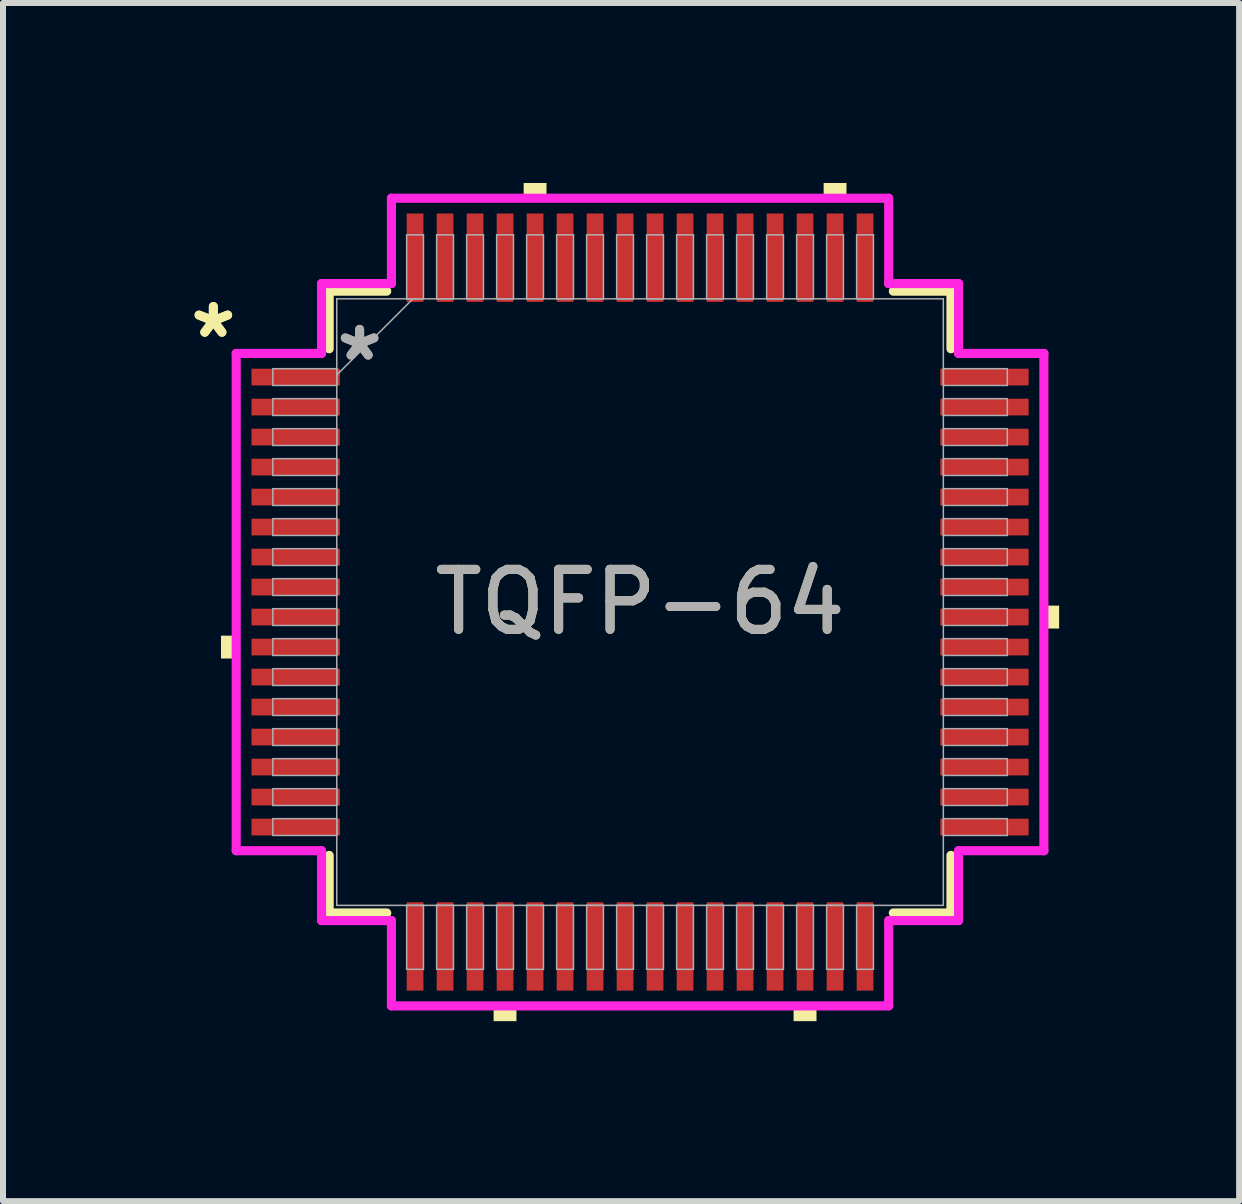
<source format=kicad_pcb>
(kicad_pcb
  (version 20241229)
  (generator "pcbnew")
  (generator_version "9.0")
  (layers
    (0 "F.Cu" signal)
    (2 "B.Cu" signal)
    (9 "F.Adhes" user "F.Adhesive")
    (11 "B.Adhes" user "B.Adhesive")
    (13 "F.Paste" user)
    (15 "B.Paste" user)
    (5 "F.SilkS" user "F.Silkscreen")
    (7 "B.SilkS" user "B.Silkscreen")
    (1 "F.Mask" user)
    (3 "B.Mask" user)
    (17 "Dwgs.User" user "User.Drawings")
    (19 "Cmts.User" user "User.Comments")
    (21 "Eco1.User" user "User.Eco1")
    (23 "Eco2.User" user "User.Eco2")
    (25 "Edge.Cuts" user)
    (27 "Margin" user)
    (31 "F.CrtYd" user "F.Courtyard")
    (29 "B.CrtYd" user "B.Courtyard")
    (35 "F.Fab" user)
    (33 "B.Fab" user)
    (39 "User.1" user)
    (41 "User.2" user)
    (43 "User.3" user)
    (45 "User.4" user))
  (footprint "TQFP-64"
    (layer "F.Cu")
    (at 7.618 6.985)
    (property "Reference" "TQFP-64" (at 0 0 0) (unlocked yes) (layer "F.SilkS") (effects (font (size 1 1) (thickness 0.15))))
    (attr smd)
    (fp_line (start -5.182 -5.182) (end -5.182 -4.222) (stroke (width 0.152) (type solid)) (layer "F.SilkS"))
    (fp_line (start -5.182 4.222) (end -5.182 5.182) (stroke (width 0.152) (type solid)) (layer "F.SilkS"))
    (fp_line (start -5.182 5.182) (end -4.222 5.182) (stroke (width 0.152) (type solid)) (layer "F.SilkS"))
    (fp_line (start -4.222 -5.182) (end -5.182 -5.182) (stroke (width 0.152) (type solid)) (layer "F.SilkS"))
    (fp_line (start 4.222 5.182) (end 5.182 5.182) (stroke (width 0.152) (type solid)) (layer "F.SilkS"))
    (fp_line (start 5.182 -5.182) (end 4.222 -5.182) (stroke (width 0.152) (type solid)) (layer "F.SilkS"))
    (fp_line (start 5.182 -4.222) (end 5.182 -5.182) (stroke (width 0.152) (type solid)) (layer "F.SilkS"))
    (fp_line (start 5.182 5.182) (end 5.182 4.222) (stroke (width 0.152) (type solid)) (layer "F.SilkS"))
    (fp_poly (pts (xy -6.985 0.56) (xy -6.985 0.941) (xy -6.731 0.941) (xy -6.731 0.56)) (stroke (width 0) (type solid)) (fill yes) (layer "F.SilkS"))
    (fp_poly (pts (xy -2.441 6.731) (xy -2.441 6.985) (xy -2.06 6.985) (xy -2.06 6.731)) (stroke (width 0) (type solid)) (fill yes) (layer "F.SilkS"))
    (fp_poly (pts (xy -1.94 -6.731) (xy -1.94 -6.985) (xy -1.559 -6.985) (xy -1.559 -6.731)) (stroke (width 0) (type solid)) (fill yes) (layer "F.SilkS"))
    (fp_poly (pts (xy 2.559 6.731) (xy 2.559 6.985) (xy 2.941 6.985) (xy 2.941 6.731)) (stroke (width 0) (type solid)) (fill yes) (layer "F.SilkS"))
    (fp_poly (pts (xy 3.06 -6.731) (xy 3.06 -6.985) (xy 3.441 -6.985) (xy 3.441 -6.731)) (stroke (width 0) (type solid)) (fill yes) (layer "F.SilkS"))
    (fp_poly (pts (xy 6.985 0.059) (xy 6.985 0.441) (xy 6.731 0.441) (xy 6.731 0.059)) (stroke (width 0) (type solid)) (fill yes) (layer "F.SilkS"))
    (fp_line (start -6.731 -4.144) (end -5.309 -4.144) (stroke (width 0.152) (type solid)) (layer "F.CrtYd"))
    (fp_line (start -6.731 4.144) (end -6.731 -4.144) (stroke (width 0.152) (type solid)) (layer "F.CrtYd"))
    (fp_line (start -5.309 -5.309) (end -4.144 -5.309) (stroke (width 0.152) (type solid)) (layer "F.CrtYd"))
    (fp_line (start -5.309 -4.144) (end -5.309 -5.309) (stroke (width 0.152) (type solid)) (layer "F.CrtYd"))
    (fp_line (start -5.309 4.144) (end -6.731 4.144) (stroke (width 0.152) (type solid)) (layer "F.CrtYd"))
    (fp_line (start -5.309 5.309) (end -5.309 4.144) (stroke (width 0.152) (type solid)) (layer "F.CrtYd"))
    (fp_line (start -5.309 5.309) (end -4.144 5.309) (stroke (width 0.152) (type solid)) (layer "F.CrtYd"))
    (fp_line (start -4.144 -6.731) (end 4.144 -6.731) (stroke (width 0.152) (type solid)) (layer "F.CrtYd"))
    (fp_line (start -4.144 -5.309) (end -4.144 -6.731) (stroke (width 0.152) (type solid)) (layer "F.CrtYd"))
    (fp_line (start -4.144 5.309) (end -4.144 6.731) (stroke (width 0.152) (type solid)) (layer "F.CrtYd"))
    (fp_line (start -4.144 6.731) (end 4.144 6.731) (stroke (width 0.152) (type solid)) (layer "F.CrtYd"))
    (fp_line (start 4.144 -6.731) (end 4.144 -5.309) (stroke (width 0.152) (type solid)) (layer "F.CrtYd"))
    (fp_line (start 4.144 -5.309) (end 5.309 -5.309) (stroke (width 0.152) (type solid)) (layer "F.CrtYd"))
    (fp_line (start 4.144 5.309) (end 5.309 5.309) (stroke (width 0.152) (type solid)) (layer "F.CrtYd"))
    (fp_line (start 4.144 6.731) (end 4.144 5.309) (stroke (width 0.152) (type solid)) (layer "F.CrtYd"))
    (fp_line (start 5.309 -4.144) (end 5.309 -5.309) (stroke (width 0.152) (type solid)) (layer "F.CrtYd"))
    (fp_line (start 5.309 4.144) (end 6.731 4.144) (stroke (width 0.152) (type solid)) (layer "F.CrtYd"))
    (fp_line (start 5.309 5.309) (end 5.309 4.144) (stroke (width 0.152) (type solid)) (layer "F.CrtYd"))
    (fp_line (start 6.731 -4.144) (end 5.309 -4.144) (stroke (width 0.152) (type solid)) (layer "F.CrtYd"))
    (fp_line (start 6.731 4.144) (end 6.731 -4.144) (stroke (width 0.152) (type solid)) (layer "F.CrtYd"))
    (fp_line (start -6.121 -3.89) (end -6.121 -3.61) (stroke (width 0.025) (type solid)) (layer "F.Fab"))
    (fp_line (start -6.121 -3.61) (end -5.055 -3.61) (stroke (width 0.025) (type solid)) (layer "F.Fab"))
    (fp_line (start -6.121 -3.39) (end -6.121 -3.11) (stroke (width 0.025) (type solid)) (layer "F.Fab"))
    (fp_line (start -6.121 -3.11) (end -5.055 -3.11) (stroke (width 0.025) (type solid)) (layer "F.Fab"))
    (fp_line (start -6.121 -2.89) (end -6.121 -2.61) (stroke (width 0.025) (type solid)) (layer "F.Fab"))
    (fp_line (start -6.121 -2.61) (end -5.055 -2.61) (stroke (width 0.025) (type solid)) (layer "F.Fab"))
    (fp_line (start -6.121 -2.39) (end -6.121 -2.11) (stroke (width 0.025) (type solid)) (layer "F.Fab"))
    (fp_line (start -6.121 -2.11) (end -5.055 -2.11) (stroke (width 0.025) (type solid)) (layer "F.Fab"))
    (fp_line (start -6.121 -1.89) (end -6.121 -1.61) (stroke (width 0.025) (type solid)) (layer "F.Fab"))
    (fp_line (start -6.121 -1.61) (end -5.055 -1.61) (stroke (width 0.025) (type solid)) (layer "F.Fab"))
    (fp_line (start -6.121 -1.39) (end -6.121 -1.11) (stroke (width 0.025) (type solid)) (layer "F.Fab"))
    (fp_line (start -6.121 -1.11) (end -5.055 -1.11) (stroke (width 0.025) (type solid)) (layer "F.Fab"))
    (fp_line (start -6.121 -0.89) (end -6.121 -0.61) (stroke (width 0.025) (type solid)) (layer "F.Fab"))
    (fp_line (start -6.121 -0.61) (end -5.055 -0.61) (stroke (width 0.025) (type solid)) (layer "F.Fab"))
    (fp_line (start -6.121 -0.39) (end -6.121 -0.11) (stroke (width 0.025) (type solid)) (layer "F.Fab"))
    (fp_line (start -6.121 -0.11) (end -5.055 -0.11) (stroke (width 0.025) (type solid)) (layer "F.Fab"))
    (fp_line (start -6.121 0.11) (end -6.121 0.39) (stroke (width 0.025) (type solid)) (layer "F.Fab"))
    (fp_line (start -6.121 0.39) (end -5.055 0.39) (stroke (width 0.025) (type solid)) (layer "F.Fab"))
    (fp_line (start -6.121 0.61) (end -6.121 0.89) (stroke (width 0.025) (type solid)) (layer "F.Fab"))
    (fp_line (start -6.121 0.89) (end -5.055 0.89) (stroke (width 0.025) (type solid)) (layer "F.Fab"))
    (fp_line (start -6.121 1.11) (end -6.121 1.39) (stroke (width 0.025) (type solid)) (layer "F.Fab"))
    (fp_line (start -6.121 1.39) (end -5.055 1.39) (stroke (width 0.025) (type solid)) (layer "F.Fab"))
    (fp_line (start -6.121 1.61) (end -6.121 1.89) (stroke (width 0.025) (type solid)) (layer "F.Fab"))
    (fp_line (start -6.121 1.89) (end -5.055 1.89) (stroke (width 0.025) (type solid)) (layer "F.Fab"))
    (fp_line (start -6.121 2.11) (end -6.121 2.39) (stroke (width 0.025) (type solid)) (layer "F.Fab"))
    (fp_line (start -6.121 2.39) (end -5.055 2.39) (stroke (width 0.025) (type solid)) (layer "F.Fab"))
    (fp_line (start -6.121 2.61) (end -6.121 2.89) (stroke (width 0.025) (type solid)) (layer "F.Fab"))
    (fp_line (start -6.121 2.89) (end -5.055 2.89) (stroke (width 0.025) (type solid)) (layer "F.Fab"))
    (fp_line (start -6.121 3.11) (end -6.121 3.39) (stroke (width 0.025) (type solid)) (layer "F.Fab"))
    (fp_line (start -6.121 3.39) (end -5.055 3.39) (stroke (width 0.025) (type solid)) (layer "F.Fab"))
    (fp_line (start -6.121 3.61) (end -6.121 3.89) (stroke (width 0.025) (type solid)) (layer "F.Fab"))
    (fp_line (start -6.121 3.89) (end -5.055 3.89) (stroke (width 0.025) (type solid)) (layer "F.Fab"))
    (fp_line (start -5.055 -5.055) (end -5.055 -5.055) (stroke (width 0.025) (type solid)) (layer "F.Fab"))
    (fp_line (start -5.055 -5.055) (end -5.055 5.055) (stroke (width 0.025) (type solid)) (layer "F.Fab"))
    (fp_line (start -5.055 -3.89) (end -6.121 -3.89) (stroke (width 0.025) (type solid)) (layer "F.Fab"))
    (fp_line (start -5.055 -3.785) (end -3.785 -5.055) (stroke (width 0.025) (type solid)) (layer "F.Fab"))
    (fp_line (start -5.055 -3.61) (end -5.055 -3.89) (stroke (width 0.025) (type solid)) (layer "F.Fab"))
    (fp_line (start -5.055 -3.39) (end -6.121 -3.39) (stroke (width 0.025) (type solid)) (layer "F.Fab"))
    (fp_line (start -5.055 -3.11) (end -5.055 -3.39) (stroke (width 0.025) (type solid)) (layer "F.Fab"))
    (fp_line (start -5.055 -2.89) (end -6.121 -2.89) (stroke (width 0.025) (type solid)) (layer "F.Fab"))
    (fp_line (start -5.055 -2.61) (end -5.055 -2.89) (stroke (width 0.025) (type solid)) (layer "F.Fab"))
    (fp_line (start -5.055 -2.39) (end -6.121 -2.39) (stroke (width 0.025) (type solid)) (layer "F.Fab"))
    (fp_line (start -5.055 -2.11) (end -5.055 -2.39) (stroke (width 0.025) (type solid)) (layer "F.Fab"))
    (fp_line (start -5.055 -1.89) (end -6.121 -1.89) (stroke (width 0.025) (type solid)) (layer "F.Fab"))
    (fp_line (start -5.055 -1.61) (end -5.055 -1.89) (stroke (width 0.025) (type solid)) (layer "F.Fab"))
    (fp_line (start -5.055 -1.39) (end -6.121 -1.39) (stroke (width 0.025) (type solid)) (layer "F.Fab"))
    (fp_line (start -5.055 -1.11) (end -5.055 -1.39) (stroke (width 0.025) (type solid)) (layer "F.Fab"))
    (fp_line (start -5.055 -0.89) (end -6.121 -0.89) (stroke (width 0.025) (type solid)) (layer "F.Fab"))
    (fp_line (start -5.055 -0.61) (end -5.055 -0.89) (stroke (width 0.025) (type solid)) (layer "F.Fab"))
    (fp_line (start -5.055 -0.39) (end -6.121 -0.39) (stroke (width 0.025) (type solid)) (layer "F.Fab"))
    (fp_line (start -5.055 -0.11) (end -5.055 -0.39) (stroke (width 0.025) (type solid)) (layer "F.Fab"))
    (fp_line (start -5.055 0.11) (end -6.121 0.11) (stroke (width 0.025) (type solid)) (layer "F.Fab"))
    (fp_line (start -5.055 0.39) (end -5.055 0.11) (stroke (width 0.025) (type solid)) (layer "F.Fab"))
    (fp_line (start -5.055 0.61) (end -6.121 0.61) (stroke (width 0.025) (type solid)) (layer "F.Fab"))
    (fp_line (start -5.055 0.89) (end -5.055 0.61) (stroke (width 0.025) (type solid)) (layer "F.Fab"))
    (fp_line (start -5.055 1.11) (end -6.121 1.11) (stroke (width 0.025) (type solid)) (layer "F.Fab"))
    (fp_line (start -5.055 1.39) (end -5.055 1.11) (stroke (width 0.025) (type solid)) (layer "F.Fab"))
    (fp_line (start -5.055 1.61) (end -6.121 1.61) (stroke (width 0.025) (type solid)) (layer "F.Fab"))
    (fp_line (start -5.055 1.89) (end -5.055 1.61) (stroke (width 0.025) (type solid)) (layer "F.Fab"))
    (fp_line (start -5.055 2.11) (end -6.121 2.11) (stroke (width 0.025) (type solid)) (layer "F.Fab"))
    (fp_line (start -5.055 2.39) (end -5.055 2.11) (stroke (width 0.025) (type solid)) (layer "F.Fab"))
    (fp_line (start -5.055 2.61) (end -6.121 2.61) (stroke (width 0.025) (type solid)) (layer "F.Fab"))
    (fp_line (start -5.055 2.89) (end -5.055 2.61) (stroke (width 0.025) (type solid)) (layer "F.Fab"))
    (fp_line (start -5.055 3.11) (end -6.121 3.11) (stroke (width 0.025) (type solid)) (layer "F.Fab"))
    (fp_line (start -5.055 3.39) (end -5.055 3.11) (stroke (width 0.025) (type solid)) (layer "F.Fab"))
    (fp_line (start -5.055 3.61) (end -6.121 3.61) (stroke (width 0.025) (type solid)) (layer "F.Fab"))
    (fp_line (start -5.055 3.89) (end -5.055 3.61) (stroke (width 0.025) (type solid)) (layer "F.Fab"))
    (fp_line (start -5.055 5.055) (end -5.055 5.055) (stroke (width 0.025) (type solid)) (layer "F.Fab"))
    (fp_line (start -5.055 5.055) (end 5.055 5.055) (stroke (width 0.025) (type solid)) (layer "F.Fab"))
    (fp_line (start -3.89 -6.121) (end -3.89 -5.055) (stroke (width 0.025) (type solid)) (layer "F.Fab"))
    (fp_line (start -3.89 -5.055) (end -3.61 -5.055) (stroke (width 0.025) (type solid)) (layer "F.Fab"))
    (fp_line (start -3.89 5.055) (end -3.89 6.121) (stroke (width 0.025) (type solid)) (layer "F.Fab"))
    (fp_line (start -3.89 6.121) (end -3.61 6.121) (stroke (width 0.025) (type solid)) (layer "F.Fab"))
    (fp_line (start -3.61 -6.121) (end -3.89 -6.121) (stroke (width 0.025) (type solid)) (layer "F.Fab"))
    (fp_line (start -3.61 -5.055) (end -3.61 -6.121) (stroke (width 0.025) (type solid)) (layer "F.Fab"))
    (fp_line (start -3.61 5.055) (end -3.89 5.055) (stroke (width 0.025) (type solid)) (layer "F.Fab"))
    (fp_line (start -3.61 6.121) (end -3.61 5.055) (stroke (width 0.025) (type solid)) (layer "F.Fab"))
    (fp_line (start -3.39 -6.121) (end -3.39 -5.055) (stroke (width 0.025) (type solid)) (layer "F.Fab"))
    (fp_line (start -3.39 -5.055) (end -3.11 -5.055) (stroke (width 0.025) (type solid)) (layer "F.Fab"))
    (fp_line (start -3.39 5.055) (end -3.39 6.121) (stroke (width 0.025) (type solid)) (layer "F.Fab"))
    (fp_line (start -3.39 6.121) (end -3.11 6.121) (stroke (width 0.025) (type solid)) (layer "F.Fab"))
    (fp_line (start -3.11 -6.121) (end -3.39 -6.121) (stroke (width 0.025) (type solid)) (layer "F.Fab"))
    (fp_line (start -3.11 -5.055) (end -3.11 -6.121) (stroke (width 0.025) (type solid)) (layer "F.Fab"))
    (fp_line (start -3.11 5.055) (end -3.39 5.055) (stroke (width 0.025) (type solid)) (layer "F.Fab"))
    (fp_line (start -3.11 6.121) (end -3.11 5.055) (stroke (width 0.025) (type solid)) (layer "F.Fab"))
    (fp_line (start -2.89 -6.121) (end -2.89 -5.055) (stroke (width 0.025) (type solid)) (layer "F.Fab"))
    (fp_line (start -2.89 -5.055) (end -2.61 -5.055) (stroke (width 0.025) (type solid)) (layer "F.Fab"))
    (fp_line (start -2.89 5.055) (end -2.89 6.121) (stroke (width 0.025) (type solid)) (layer "F.Fab"))
    (fp_line (start -2.89 6.121) (end -2.61 6.121) (stroke (width 0.025) (type solid)) (layer "F.Fab"))
    (fp_line (start -2.61 -6.121) (end -2.89 -6.121) (stroke (width 0.025) (type solid)) (layer "F.Fab"))
    (fp_line (start -2.61 -5.055) (end -2.61 -6.121) (stroke (width 0.025) (type solid)) (layer "F.Fab"))
    (fp_line (start -2.61 5.055) (end -2.89 5.055) (stroke (width 0.025) (type solid)) (layer "F.Fab"))
    (fp_line (start -2.61 6.121) (end -2.61 5.055) (stroke (width 0.025) (type solid)) (layer "F.Fab"))
    (fp_line (start -2.39 -6.121) (end -2.39 -5.055) (stroke (width 0.025) (type solid)) (layer "F.Fab"))
    (fp_line (start -2.39 -5.055) (end -2.11 -5.055) (stroke (width 0.025) (type solid)) (layer "F.Fab"))
    (fp_line (start -2.39 5.055) (end -2.39 6.121) (stroke (width 0.025) (type solid)) (layer "F.Fab"))
    (fp_line (start -2.39 6.121) (end -2.11 6.121) (stroke (width 0.025) (type solid)) (layer "F.Fab"))
    (fp_line (start -2.11 -6.121) (end -2.39 -6.121) (stroke (width 0.025) (type solid)) (layer "F.Fab"))
    (fp_line (start -2.11 -5.055) (end -2.11 -6.121) (stroke (width 0.025) (type solid)) (layer "F.Fab"))
    (fp_line (start -2.11 5.055) (end -2.39 5.055) (stroke (width 0.025) (type solid)) (layer "F.Fab"))
    (fp_line (start -2.11 6.121) (end -2.11 5.055) (stroke (width 0.025) (type solid)) (layer "F.Fab"))
    (fp_line (start -1.89 -6.121) (end -1.89 -5.055) (stroke (width 0.025) (type solid)) (layer "F.Fab"))
    (fp_line (start -1.89 -5.055) (end -1.61 -5.055) (stroke (width 0.025) (type solid)) (layer "F.Fab"))
    (fp_line (start -1.89 5.055) (end -1.89 6.121) (stroke (width 0.025) (type solid)) (layer "F.Fab"))
    (fp_line (start -1.89 6.121) (end -1.61 6.121) (stroke (width 0.025) (type solid)) (layer "F.Fab"))
    (fp_line (start -1.61 -6.121) (end -1.89 -6.121) (stroke (width 0.025) (type solid)) (layer "F.Fab"))
    (fp_line (start -1.61 -5.055) (end -1.61 -6.121) (stroke (width 0.025) (type solid)) (layer "F.Fab"))
    (fp_line (start -1.61 5.055) (end -1.89 5.055) (stroke (width 0.025) (type solid)) (layer "F.Fab"))
    (fp_line (start -1.61 6.121) (end -1.61 5.055) (stroke (width 0.025) (type solid)) (layer "F.Fab"))
    (fp_line (start -1.39 -6.121) (end -1.39 -5.055) (stroke (width 0.025) (type solid)) (layer "F.Fab"))
    (fp_line (start -1.39 -5.055) (end -1.11 -5.055) (stroke (width 0.025) (type solid)) (layer "F.Fab"))
    (fp_line (start -1.39 5.055) (end -1.39 6.121) (stroke (width 0.025) (type solid)) (layer "F.Fab"))
    (fp_line (start -1.39 6.121) (end -1.11 6.121) (stroke (width 0.025) (type solid)) (layer "F.Fab"))
    (fp_line (start -1.11 -6.121) (end -1.39 -6.121) (stroke (width 0.025) (type solid)) (layer "F.Fab"))
    (fp_line (start -1.11 -5.055) (end -1.11 -6.121) (stroke (width 0.025) (type solid)) (layer "F.Fab"))
    (fp_line (start -1.11 5.055) (end -1.39 5.055) (stroke (width 0.025) (type solid)) (layer "F.Fab"))
    (fp_line (start -1.11 6.121) (end -1.11 5.055) (stroke (width 0.025) (type solid)) (layer "F.Fab"))
    (fp_line (start -0.89 -6.121) (end -0.89 -5.055) (stroke (width 0.025) (type solid)) (layer "F.Fab"))
    (fp_line (start -0.89 -5.055) (end -0.61 -5.055) (stroke (width 0.025) (type solid)) (layer "F.Fab"))
    (fp_line (start -0.89 5.055) (end -0.89 6.121) (stroke (width 0.025) (type solid)) (layer "F.Fab"))
    (fp_line (start -0.89 6.121) (end -0.61 6.121) (stroke (width 0.025) (type solid)) (layer "F.Fab"))
    (fp_line (start -0.61 -6.121) (end -0.89 -6.121) (stroke (width 0.025) (type solid)) (layer "F.Fab"))
    (fp_line (start -0.61 -5.055) (end -0.61 -6.121) (stroke (width 0.025) (type solid)) (layer "F.Fab"))
    (fp_line (start -0.61 5.055) (end -0.89 5.055) (stroke (width 0.025) (type solid)) (layer "F.Fab"))
    (fp_line (start -0.61 6.121) (end -0.61 5.055) (stroke (width 0.025) (type solid)) (layer "F.Fab"))
    (fp_line (start -0.39 -6.121) (end -0.39 -5.055) (stroke (width 0.025) (type solid)) (layer "F.Fab"))
    (fp_line (start -0.39 -5.055) (end -0.11 -5.055) (stroke (width 0.025) (type solid)) (layer "F.Fab"))
    (fp_line (start -0.39 5.055) (end -0.39 6.121) (stroke (width 0.025) (type solid)) (layer "F.Fab"))
    (fp_line (start -0.39 6.121) (end -0.11 6.121) (stroke (width 0.025) (type solid)) (layer "F.Fab"))
    (fp_line (start -0.11 -6.121) (end -0.39 -6.121) (stroke (width 0.025) (type solid)) (layer "F.Fab"))
    (fp_line (start -0.11 -5.055) (end -0.11 -6.121) (stroke (width 0.025) (type solid)) (layer "F.Fab"))
    (fp_line (start -0.11 5.055) (end -0.39 5.055) (stroke (width 0.025) (type solid)) (layer "F.Fab"))
    (fp_line (start -0.11 6.121) (end -0.11 5.055) (stroke (width 0.025) (type solid)) (layer "F.Fab"))
    (fp_line (start 0.11 -6.121) (end 0.11 -5.055) (stroke (width 0.025) (type solid)) (layer "F.Fab"))
    (fp_line (start 0.11 -5.055) (end 0.39 -5.055) (stroke (width 0.025) (type solid)) (layer "F.Fab"))
    (fp_line (start 0.11 5.055) (end 0.11 6.121) (stroke (width 0.025) (type solid)) (layer "F.Fab"))
    (fp_line (start 0.11 6.121) (end 0.39 6.121) (stroke (width 0.025) (type solid)) (layer "F.Fab"))
    (fp_line (start 0.39 -6.121) (end 0.11 -6.121) (stroke (width 0.025) (type solid)) (layer "F.Fab"))
    (fp_line (start 0.39 -5.055) (end 0.39 -6.121) (stroke (width 0.025) (type solid)) (layer "F.Fab"))
    (fp_line (start 0.39 5.055) (end 0.11 5.055) (stroke (width 0.025) (type solid)) (layer "F.Fab"))
    (fp_line (start 0.39 6.121) (end 0.39 5.055) (stroke (width 0.025) (type solid)) (layer "F.Fab"))
    (fp_line (start 0.61 -6.121) (end 0.61 -5.055) (stroke (width 0.025) (type solid)) (layer "F.Fab"))
    (fp_line (start 0.61 -5.055) (end 0.89 -5.055) (stroke (width 0.025) (type solid)) (layer "F.Fab"))
    (fp_line (start 0.61 5.055) (end 0.61 6.121) (stroke (width 0.025) (type solid)) (layer "F.Fab"))
    (fp_line (start 0.61 6.121) (end 0.89 6.121) (stroke (width 0.025) (type solid)) (layer "F.Fab"))
    (fp_line (start 0.89 -6.121) (end 0.61 -6.121) (stroke (width 0.025) (type solid)) (layer "F.Fab"))
    (fp_line (start 0.89 -5.055) (end 0.89 -6.121) (stroke (width 0.025) (type solid)) (layer "F.Fab"))
    (fp_line (start 0.89 5.055) (end 0.61 5.055) (stroke (width 0.025) (type solid)) (layer "F.Fab"))
    (fp_line (start 0.89 6.121) (end 0.89 5.055) (stroke (width 0.025) (type solid)) (layer "F.Fab"))
    (fp_line (start 1.11 -6.121) (end 1.11 -5.055) (stroke (width 0.025) (type solid)) (layer "F.Fab"))
    (fp_line (start 1.11 -5.055) (end 1.39 -5.055) (stroke (width 0.025) (type solid)) (layer "F.Fab"))
    (fp_line (start 1.11 5.055) (end 1.11 6.121) (stroke (width 0.025) (type solid)) (layer "F.Fab"))
    (fp_line (start 1.11 6.121) (end 1.39 6.121) (stroke (width 0.025) (type solid)) (layer "F.Fab"))
    (fp_line (start 1.39 -6.121) (end 1.11 -6.121) (stroke (width 0.025) (type solid)) (layer "F.Fab"))
    (fp_line (start 1.39 -5.055) (end 1.39 -6.121) (stroke (width 0.025) (type solid)) (layer "F.Fab"))
    (fp_line (start 1.39 5.055) (end 1.11 5.055) (stroke (width 0.025) (type solid)) (layer "F.Fab"))
    (fp_line (start 1.39 6.121) (end 1.39 5.055) (stroke (width 0.025) (type solid)) (layer "F.Fab"))
    (fp_line (start 1.61 -6.121) (end 1.61 -5.055) (stroke (width 0.025) (type solid)) (layer "F.Fab"))
    (fp_line (start 1.61 -5.055) (end 1.89 -5.055) (stroke (width 0.025) (type solid)) (layer "F.Fab"))
    (fp_line (start 1.61 5.055) (end 1.61 6.121) (stroke (width 0.025) (type solid)) (layer "F.Fab"))
    (fp_line (start 1.61 6.121) (end 1.89 6.121) (stroke (width 0.025) (type solid)) (layer "F.Fab"))
    (fp_line (start 1.89 -6.121) (end 1.61 -6.121) (stroke (width 0.025) (type solid)) (layer "F.Fab"))
    (fp_line (start 1.89 -5.055) (end 1.89 -6.121) (stroke (width 0.025) (type solid)) (layer "F.Fab"))
    (fp_line (start 1.89 5.055) (end 1.61 5.055) (stroke (width 0.025) (type solid)) (layer "F.Fab"))
    (fp_line (start 1.89 6.121) (end 1.89 5.055) (stroke (width 0.025) (type solid)) (layer "F.Fab"))
    (fp_line (start 2.11 -6.121) (end 2.11 -5.055) (stroke (width 0.025) (type solid)) (layer "F.Fab"))
    (fp_line (start 2.11 -5.055) (end 2.39 -5.055) (stroke (width 0.025) (type solid)) (layer "F.Fab"))
    (fp_line (start 2.11 5.055) (end 2.11 6.121) (stroke (width 0.025) (type solid)) (layer "F.Fab"))
    (fp_line (start 2.11 6.121) (end 2.39 6.121) (stroke (width 0.025) (type solid)) (layer "F.Fab"))
    (fp_line (start 2.39 -6.121) (end 2.11 -6.121) (stroke (width 0.025) (type solid)) (layer "F.Fab"))
    (fp_line (start 2.39 -5.055) (end 2.39 -6.121) (stroke (width 0.025) (type solid)) (layer "F.Fab"))
    (fp_line (start 2.39 5.055) (end 2.11 5.055) (stroke (width 0.025) (type solid)) (layer "F.Fab"))
    (fp_line (start 2.39 6.121) (end 2.39 5.055) (stroke (width 0.025) (type solid)) (layer "F.Fab"))
    (fp_line (start 2.61 -6.121) (end 2.61 -5.055) (stroke (width 0.025) (type solid)) (layer "F.Fab"))
    (fp_line (start 2.61 -5.055) (end 2.89 -5.055) (stroke (width 0.025) (type solid)) (layer "F.Fab"))
    (fp_line (start 2.61 5.055) (end 2.61 6.121) (stroke (width 0.025) (type solid)) (layer "F.Fab"))
    (fp_line (start 2.61 6.121) (end 2.89 6.121) (stroke (width 0.025) (type solid)) (layer "F.Fab"))
    (fp_line (start 2.89 -6.121) (end 2.61 -6.121) (stroke (width 0.025) (type solid)) (layer "F.Fab"))
    (fp_line (start 2.89 -5.055) (end 2.89 -6.121) (stroke (width 0.025) (type solid)) (layer "F.Fab"))
    (fp_line (start 2.89 5.055) (end 2.61 5.055) (stroke (width 0.025) (type solid)) (layer "F.Fab"))
    (fp_line (start 2.89 6.121) (end 2.89 5.055) (stroke (width 0.025) (type solid)) (layer "F.Fab"))
    (fp_line (start 3.11 -6.121) (end 3.11 -5.055) (stroke (width 0.025) (type solid)) (layer "F.Fab"))
    (fp_line (start 3.11 -5.055) (end 3.39 -5.055) (stroke (width 0.025) (type solid)) (layer "F.Fab"))
    (fp_line (start 3.11 5.055) (end 3.11 6.121) (stroke (width 0.025) (type solid)) (layer "F.Fab"))
    (fp_line (start 3.11 6.121) (end 3.39 6.121) (stroke (width 0.025) (type solid)) (layer "F.Fab"))
    (fp_line (start 3.39 -6.121) (end 3.11 -6.121) (stroke (width 0.025) (type solid)) (layer "F.Fab"))
    (fp_line (start 3.39 -5.055) (end 3.39 -6.121) (stroke (width 0.025) (type solid)) (layer "F.Fab"))
    (fp_line (start 3.39 5.055) (end 3.11 5.055) (stroke (width 0.025) (type solid)) (layer "F.Fab"))
    (fp_line (start 3.39 6.121) (end 3.39 5.055) (stroke (width 0.025) (type solid)) (layer "F.Fab"))
    (fp_line (start 3.61 -6.121) (end 3.61 -5.055) (stroke (width 0.025) (type solid)) (layer "F.Fab"))
    (fp_line (start 3.61 -5.055) (end 3.89 -5.055) (stroke (width 0.025) (type solid)) (layer "F.Fab"))
    (fp_line (start 3.61 5.055) (end 3.61 6.121) (stroke (width 0.025) (type solid)) (layer "F.Fab"))
    (fp_line (start 3.61 6.121) (end 3.89 6.121) (stroke (width 0.025) (type solid)) (layer "F.Fab"))
    (fp_line (start 3.89 -6.121) (end 3.61 -6.121) (stroke (width 0.025) (type solid)) (layer "F.Fab"))
    (fp_line (start 3.89 -5.055) (end 3.89 -6.121) (stroke (width 0.025) (type solid)) (layer "F.Fab"))
    (fp_line (start 3.89 5.055) (end 3.61 5.055) (stroke (width 0.025) (type solid)) (layer "F.Fab"))
    (fp_line (start 3.89 6.121) (end 3.89 5.055) (stroke (width 0.025) (type solid)) (layer "F.Fab"))
    (fp_line (start 5.055 -5.055) (end -5.055 -5.055) (stroke (width 0.025) (type solid)) (layer "F.Fab"))
    (fp_line (start 5.055 -5.055) (end 5.055 -5.055) (stroke (width 0.025) (type solid)) (layer "F.Fab"))
    (fp_line (start 5.055 -3.89) (end 5.055 -3.61) (stroke (width 0.025) (type solid)) (layer "F.Fab"))
    (fp_line (start 5.055 -3.61) (end 6.121 -3.61) (stroke (width 0.025) (type solid)) (layer "F.Fab"))
    (fp_line (start 5.055 -3.39) (end 5.055 -3.11) (stroke (width 0.025) (type solid)) (layer "F.Fab"))
    (fp_line (start 5.055 -3.11) (end 6.121 -3.11) (stroke (width 0.025) (type solid)) (layer "F.Fab"))
    (fp_line (start 5.055 -2.89) (end 5.055 -2.61) (stroke (width 0.025) (type solid)) (layer "F.Fab"))
    (fp_line (start 5.055 -2.61) (end 6.121 -2.61) (stroke (width 0.025) (type solid)) (layer "F.Fab"))
    (fp_line (start 5.055 -2.39) (end 5.055 -2.11) (stroke (width 0.025) (type solid)) (layer "F.Fab"))
    (fp_line (start 5.055 -2.11) (end 6.121 -2.11) (stroke (width 0.025) (type solid)) (layer "F.Fab"))
    (fp_line (start 5.055 -1.89) (end 5.055 -1.61) (stroke (width 0.025) (type solid)) (layer "F.Fab"))
    (fp_line (start 5.055 -1.61) (end 6.121 -1.61) (stroke (width 0.025) (type solid)) (layer "F.Fab"))
    (fp_line (start 5.055 -1.39) (end 5.055 -1.11) (stroke (width 0.025) (type solid)) (layer "F.Fab"))
    (fp_line (start 5.055 -1.11) (end 6.121 -1.11) (stroke (width 0.025) (type solid)) (layer "F.Fab"))
    (fp_line (start 5.055 -0.89) (end 5.055 -0.61) (stroke (width 0.025) (type solid)) (layer "F.Fab"))
    (fp_line (start 5.055 -0.61) (end 6.121 -0.61) (stroke (width 0.025) (type solid)) (layer "F.Fab"))
    (fp_line (start 5.055 -0.39) (end 5.055 -0.11) (stroke (width 0.025) (type solid)) (layer "F.Fab"))
    (fp_line (start 5.055 -0.11) (end 6.121 -0.11) (stroke (width 0.025) (type solid)) (layer "F.Fab"))
    (fp_line (start 5.055 0.11) (end 5.055 0.39) (stroke (width 0.025) (type solid)) (layer "F.Fab"))
    (fp_line (start 5.055 0.39) (end 6.121 0.39) (stroke (width 0.025) (type solid)) (layer "F.Fab"))
    (fp_line (start 5.055 0.61) (end 5.055 0.89) (stroke (width 0.025) (type solid)) (layer "F.Fab"))
    (fp_line (start 5.055 0.89) (end 6.121 0.89) (stroke (width 0.025) (type solid)) (layer "F.Fab"))
    (fp_line (start 5.055 1.11) (end 5.055 1.39) (stroke (width 0.025) (type solid)) (layer "F.Fab"))
    (fp_line (start 5.055 1.39) (end 6.121 1.39) (stroke (width 0.025) (type solid)) (layer "F.Fab"))
    (fp_line (start 5.055 1.61) (end 5.055 1.89) (stroke (width 0.025) (type solid)) (layer "F.Fab"))
    (fp_line (start 5.055 1.89) (end 6.121 1.89) (stroke (width 0.025) (type solid)) (layer "F.Fab"))
    (fp_line (start 5.055 2.11) (end 5.055 2.39) (stroke (width 0.025) (type solid)) (layer "F.Fab"))
    (fp_line (start 5.055 2.39) (end 6.121 2.39) (stroke (width 0.025) (type solid)) (layer "F.Fab"))
    (fp_line (start 5.055 2.61) (end 5.055 2.89) (stroke (width 0.025) (type solid)) (layer "F.Fab"))
    (fp_line (start 5.055 2.89) (end 6.121 2.89) (stroke (width 0.025) (type solid)) (layer "F.Fab"))
    (fp_line (start 5.055 3.11) (end 5.055 3.39) (stroke (width 0.025) (type solid)) (layer "F.Fab"))
    (fp_line (start 5.055 3.39) (end 6.121 3.39) (stroke (width 0.025) (type solid)) (layer "F.Fab"))
    (fp_line (start 5.055 3.61) (end 5.055 3.89) (stroke (width 0.025) (type solid)) (layer "F.Fab"))
    (fp_line (start 5.055 3.89) (end 6.121 3.89) (stroke (width 0.025) (type solid)) (layer "F.Fab"))
    (fp_line (start 5.055 5.055) (end 5.055 -5.055) (stroke (width 0.025) (type solid)) (layer "F.Fab"))
    (fp_line (start 5.055 5.055) (end 5.055 5.055) (stroke (width 0.025) (type solid)) (layer "F.Fab"))
    (fp_line (start 6.121 -3.89) (end 5.055 -3.89) (stroke (width 0.025) (type solid)) (layer "F.Fab"))
    (fp_line (start 6.121 -3.61) (end 6.121 -3.89) (stroke (width 0.025) (type solid)) (layer "F.Fab"))
    (fp_line (start 6.121 -3.39) (end 5.055 -3.39) (stroke (width 0.025) (type solid)) (layer "F.Fab"))
    (fp_line (start 6.121 -3.11) (end 6.121 -3.39) (stroke (width 0.025) (type solid)) (layer "F.Fab"))
    (fp_line (start 6.121 -2.89) (end 5.055 -2.89) (stroke (width 0.025) (type solid)) (layer "F.Fab"))
    (fp_line (start 6.121 -2.61) (end 6.121 -2.89) (stroke (width 0.025) (type solid)) (layer "F.Fab"))
    (fp_line (start 6.121 -2.39) (end 5.055 -2.39) (stroke (width 0.025) (type solid)) (layer "F.Fab"))
    (fp_line (start 6.121 -2.11) (end 6.121 -2.39) (stroke (width 0.025) (type solid)) (layer "F.Fab"))
    (fp_line (start 6.121 -1.89) (end 5.055 -1.89) (stroke (width 0.025) (type solid)) (layer "F.Fab"))
    (fp_line (start 6.121 -1.61) (end 6.121 -1.89) (stroke (width 0.025) (type solid)) (layer "F.Fab"))
    (fp_line (start 6.121 -1.39) (end 5.055 -1.39) (stroke (width 0.025) (type solid)) (layer "F.Fab"))
    (fp_line (start 6.121 -1.11) (end 6.121 -1.39) (stroke (width 0.025) (type solid)) (layer "F.Fab"))
    (fp_line (start 6.121 -0.89) (end 5.055 -0.89) (stroke (width 0.025) (type solid)) (layer "F.Fab"))
    (fp_line (start 6.121 -0.61) (end 6.121 -0.89) (stroke (width 0.025) (type solid)) (layer "F.Fab"))
    (fp_line (start 6.121 -0.39) (end 5.055 -0.39) (stroke (width 0.025) (type solid)) (layer "F.Fab"))
    (fp_line (start 6.121 -0.11) (end 6.121 -0.39) (stroke (width 0.025) (type solid)) (layer "F.Fab"))
    (fp_line (start 6.121 0.11) (end 5.055 0.11) (stroke (width 0.025) (type solid)) (layer "F.Fab"))
    (fp_line (start 6.121 0.39) (end 6.121 0.11) (stroke (width 0.025) (type solid)) (layer "F.Fab"))
    (fp_line (start 6.121 0.61) (end 5.055 0.61) (stroke (width 0.025) (type solid)) (layer "F.Fab"))
    (fp_line (start 6.121 0.89) (end 6.121 0.61) (stroke (width 0.025) (type solid)) (layer "F.Fab"))
    (fp_line (start 6.121 1.11) (end 5.055 1.11) (stroke (width 0.025) (type solid)) (layer "F.Fab"))
    (fp_line (start 6.121 1.39) (end 6.121 1.11) (stroke (width 0.025) (type solid)) (layer "F.Fab"))
    (fp_line (start 6.121 1.61) (end 5.055 1.61) (stroke (width 0.025) (type solid)) (layer "F.Fab"))
    (fp_line (start 6.121 1.89) (end 6.121 1.61) (stroke (width 0.025) (type solid)) (layer "F.Fab"))
    (fp_line (start 6.121 2.11) (end 5.055 2.11) (stroke (width 0.025) (type solid)) (layer "F.Fab"))
    (fp_line (start 6.121 2.39) (end 6.121 2.11) (stroke (width 0.025) (type solid)) (layer "F.Fab"))
    (fp_line (start 6.121 2.61) (end 5.055 2.61) (stroke (width 0.025) (type solid)) (layer "F.Fab"))
    (fp_line (start 6.121 2.89) (end 6.121 2.61) (stroke (width 0.025) (type solid)) (layer "F.Fab"))
    (fp_line (start 6.121 3.11) (end 5.055 3.11) (stroke (width 0.025) (type solid)) (layer "F.Fab"))
    (fp_line (start 6.121 3.39) (end 6.121 3.11) (stroke (width 0.025) (type solid)) (layer "F.Fab"))
    (fp_line (start 6.121 3.61) (end 5.055 3.61) (stroke (width 0.025) (type solid)) (layer "F.Fab"))
    (fp_line (start 6.121 3.89) (end 6.121 3.61) (stroke (width 0.025) (type solid)) (layer "F.Fab"))
    (fp_text user "*" (at -7.112 -4.381 0) (layer "F.SilkS") (effects (font (size 1 1) (thickness 0.15))))
    (fp_text user "*" (at -7.112 -4.381 0) (unlocked yes) (layer "F.SilkS") (effects (font (size 1 1) (thickness 0.15))))
    (fp_text user "*" (at -4.674 -4 0) (layer "F.Fab") (effects (font (size 1 1) (thickness 0.15))))
    (fp_text user "*" (at -4.674 -4 0) (unlocked yes) (layer "F.Fab") (effects (font (size 1 1) (thickness 0.15))))
    (fp_text user "${REFERENCE}" (at 0 0 0) (unlocked yes) (layer "F.Fab") (effects (font (size 1 1) (thickness 0.15))))
    (pad "1" smd rect (at -5.74 -3.75 90) (size 0.279 1.473) (layers "F.Cu" "F.Mask" "F.Paste"))
    (pad "2" smd rect (at -5.74 -3.25 90) (size 0.279 1.473) (layers "F.Cu" "F.Mask" "F.Paste"))
    (pad "3" smd rect (at -5.74 -2.75 90) (size 0.279 1.473) (layers "F.Cu" "F.Mask" "F.Paste"))
    (pad "4" smd rect (at -5.74 -2.25 90) (size 0.279 1.473) (layers "F.Cu" "F.Mask" "F.Paste"))
    (pad "5" smd rect (at -5.74 -1.75 90) (size 0.279 1.473) (layers "F.Cu" "F.Mask" "F.Paste"))
    (pad "6" smd rect (at -5.74 -1.25 90) (size 0.279 1.473) (layers "F.Cu" "F.Mask" "F.Paste"))
    (pad "7" smd rect (at -5.74 -0.75 90) (size 0.279 1.473) (layers "F.Cu" "F.Mask" "F.Paste"))
    (pad "8" smd rect (at -5.74 -0.25 90) (size 0.279 1.473) (layers "F.Cu" "F.Mask" "F.Paste"))
    (pad "9" smd rect (at -5.74 0.25 90) (size 0.279 1.473) (layers "F.Cu" "F.Mask" "F.Paste"))
    (pad "10" smd rect (at -5.74 0.75 90) (size 0.279 1.473) (layers "F.Cu" "F.Mask" "F.Paste"))
    (pad "11" smd rect (at -5.74 1.25 90) (size 0.279 1.473) (layers "F.Cu" "F.Mask" "F.Paste"))
    (pad "12" smd rect (at -5.74 1.75 90) (size 0.279 1.473) (layers "F.Cu" "F.Mask" "F.Paste"))
    (pad "13" smd rect (at -5.74 2.25 90) (size 0.279 1.473) (layers "F.Cu" "F.Mask" "F.Paste"))
    (pad "14" smd rect (at -5.74 2.75 90) (size 0.279 1.473) (layers "F.Cu" "F.Mask" "F.Paste"))
    (pad "15" smd rect (at -5.74 3.25 90) (size 0.279 1.473) (layers "F.Cu" "F.Mask" "F.Paste"))
    (pad "16" smd rect (at -5.74 3.75 90) (size 0.279 1.473) (layers "F.Cu" "F.Mask" "F.Paste"))
    (pad "17" smd rect (at -3.75 5.74) (size 0.279 1.473) (layers "F.Cu" "F.Mask" "F.Paste"))
    (pad "18" smd rect (at -3.25 5.74) (size 0.279 1.473) (layers "F.Cu" "F.Mask" "F.Paste"))
    (pad "19" smd rect (at -2.75 5.74) (size 0.279 1.473) (layers "F.Cu" "F.Mask" "F.Paste"))
    (pad "20" smd rect (at -2.25 5.74) (size 0.279 1.473) (layers "F.Cu" "F.Mask" "F.Paste"))
    (pad "21" smd rect (at -1.75 5.74) (size 0.279 1.473) (layers "F.Cu" "F.Mask" "F.Paste"))
    (pad "22" smd rect (at -1.25 5.74) (size 0.279 1.473) (layers "F.Cu" "F.Mask" "F.Paste"))
    (pad "23" smd rect (at -0.75 5.74) (size 0.279 1.473) (layers "F.Cu" "F.Mask" "F.Paste"))
    (pad "24" smd rect (at -0.25 5.74) (size 0.279 1.473) (layers "F.Cu" "F.Mask" "F.Paste"))
    (pad "25" smd rect (at 0.25 5.74) (size 0.279 1.473) (layers "F.Cu" "F.Mask" "F.Paste"))
    (pad "26" smd rect (at 0.75 5.74) (size 0.279 1.473) (layers "F.Cu" "F.Mask" "F.Paste"))
    (pad "27" smd rect (at 1.25 5.74) (size 0.279 1.473) (layers "F.Cu" "F.Mask" "F.Paste"))
    (pad "28" smd rect (at 1.75 5.74) (size 0.279 1.473) (layers "F.Cu" "F.Mask" "F.Paste"))
    (pad "29" smd rect (at 2.25 5.74) (size 0.279 1.473) (layers "F.Cu" "F.Mask" "F.Paste"))
    (pad "30" smd rect (at 2.75 5.74) (size 0.279 1.473) (layers "F.Cu" "F.Mask" "F.Paste"))
    (pad "31" smd rect (at 3.25 5.74) (size 0.279 1.473) (layers "F.Cu" "F.Mask" "F.Paste"))
    (pad "32" smd rect (at 3.75 5.74) (size 0.279 1.473) (layers "F.Cu" "F.Mask" "F.Paste"))
    (pad "33" smd rect (at 5.74 3.75 90) (size 0.279 1.473) (layers "F.Cu" "F.Mask" "F.Paste"))
    (pad "34" smd rect (at 5.74 3.25 90) (size 0.279 1.473) (layers "F.Cu" "F.Mask" "F.Paste"))
    (pad "35" smd rect (at 5.74 2.75 90) (size 0.279 1.473) (layers "F.Cu" "F.Mask" "F.Paste"))
    (pad "36" smd rect (at 5.74 2.25 90) (size 0.279 1.473) (layers "F.Cu" "F.Mask" "F.Paste"))
    (pad "37" smd rect (at 5.74 1.75 90) (size 0.279 1.473) (layers "F.Cu" "F.Mask" "F.Paste"))
    (pad "38" smd rect (at 5.74 1.25 90) (size 0.279 1.473) (layers "F.Cu" "F.Mask" "F.Paste"))
    (pad "39" smd rect (at 5.74 0.75 90) (size 0.279 1.473) (layers "F.Cu" "F.Mask" "F.Paste"))
    (pad "40" smd rect (at 5.74 0.25 90) (size 0.279 1.473) (layers "F.Cu" "F.Mask" "F.Paste"))
    (pad "41" smd rect (at 5.74 -0.25 90) (size 0.279 1.473) (layers "F.Cu" "F.Mask" "F.Paste"))
    (pad "42" smd rect (at 5.74 -0.75 90) (size 0.279 1.473) (layers "F.Cu" "F.Mask" "F.Paste"))
    (pad "43" smd rect (at 5.74 -1.25 90) (size 0.279 1.473) (layers "F.Cu" "F.Mask" "F.Paste"))
    (pad "44" smd rect (at 5.74 -1.75 90) (size 0.279 1.473) (layers "F.Cu" "F.Mask" "F.Paste"))
    (pad "45" smd rect (at 5.74 -2.25 90) (size 0.279 1.473) (layers "F.Cu" "F.Mask" "F.Paste"))
    (pad "46" smd rect (at 5.74 -2.75 90) (size 0.279 1.473) (layers "F.Cu" "F.Mask" "F.Paste"))
    (pad "47" smd rect (at 5.74 -3.25 90) (size 0.279 1.473) (layers "F.Cu" "F.Mask" "F.Paste"))
    (pad "48" smd rect (at 5.74 -3.75 90) (size 0.279 1.473) (layers "F.Cu" "F.Mask" "F.Paste"))
    (pad "49" smd rect (at 3.75 -5.74) (size 0.279 1.473) (layers "F.Cu" "F.Mask" "F.Paste"))
    (pad "50" smd rect (at 3.25 -5.74) (size 0.279 1.473) (layers "F.Cu" "F.Mask" "F.Paste"))
    (pad "51" smd rect (at 2.75 -5.74) (size 0.279 1.473) (layers "F.Cu" "F.Mask" "F.Paste"))
    (pad "52" smd rect (at 2.25 -5.74) (size 0.279 1.473) (layers "F.Cu" "F.Mask" "F.Paste"))
    (pad "53" smd rect (at 1.75 -5.74) (size 0.279 1.473) (layers "F.Cu" "F.Mask" "F.Paste"))
    (pad "54" smd rect (at 1.25 -5.74) (size 0.279 1.473) (layers "F.Cu" "F.Mask" "F.Paste"))
    (pad "55" smd rect (at 0.75 -5.74) (size 0.279 1.473) (layers "F.Cu" "F.Mask" "F.Paste"))
    (pad "56" smd rect (at 0.25 -5.74) (size 0.279 1.473) (layers "F.Cu" "F.Mask" "F.Paste"))
    (pad "57" smd rect (at -0.25 -5.74) (size 0.279 1.473) (layers "F.Cu" "F.Mask" "F.Paste"))
    (pad "58" smd rect (at -0.75 -5.74) (size 0.279 1.473) (layers "F.Cu" "F.Mask" "F.Paste"))
    (pad "59" smd rect (at -1.25 -5.74) (size 0.279 1.473) (layers "F.Cu" "F.Mask" "F.Paste"))
    (pad "60" smd rect (at -1.75 -5.74) (size 0.279 1.473) (layers "F.Cu" "F.Mask" "F.Paste"))
    (pad "61" smd rect (at -2.25 -5.74) (size 0.279 1.473) (layers "F.Cu" "F.Mask" "F.Paste"))
    (pad "62" smd rect (at -2.75 -5.74) (size 0.279 1.473) (layers "F.Cu" "F.Mask" "F.Paste"))
    (pad "63" smd rect (at -3.25 -5.74) (size 0.279 1.473) (layers "F.Cu" "F.Mask" "F.Paste"))
    (pad "64" smd rect (at -3.75 -5.74) (size 0.279 1.473) (layers "F.Cu" "F.Mask" "F.Paste")))
  (gr_rect
    (start -3 -3)
    (end 17.603 16.97)
    (stroke (width 0.1) (type default))
    (fill no)
    (layer "Edge.Cuts")))
</source>
